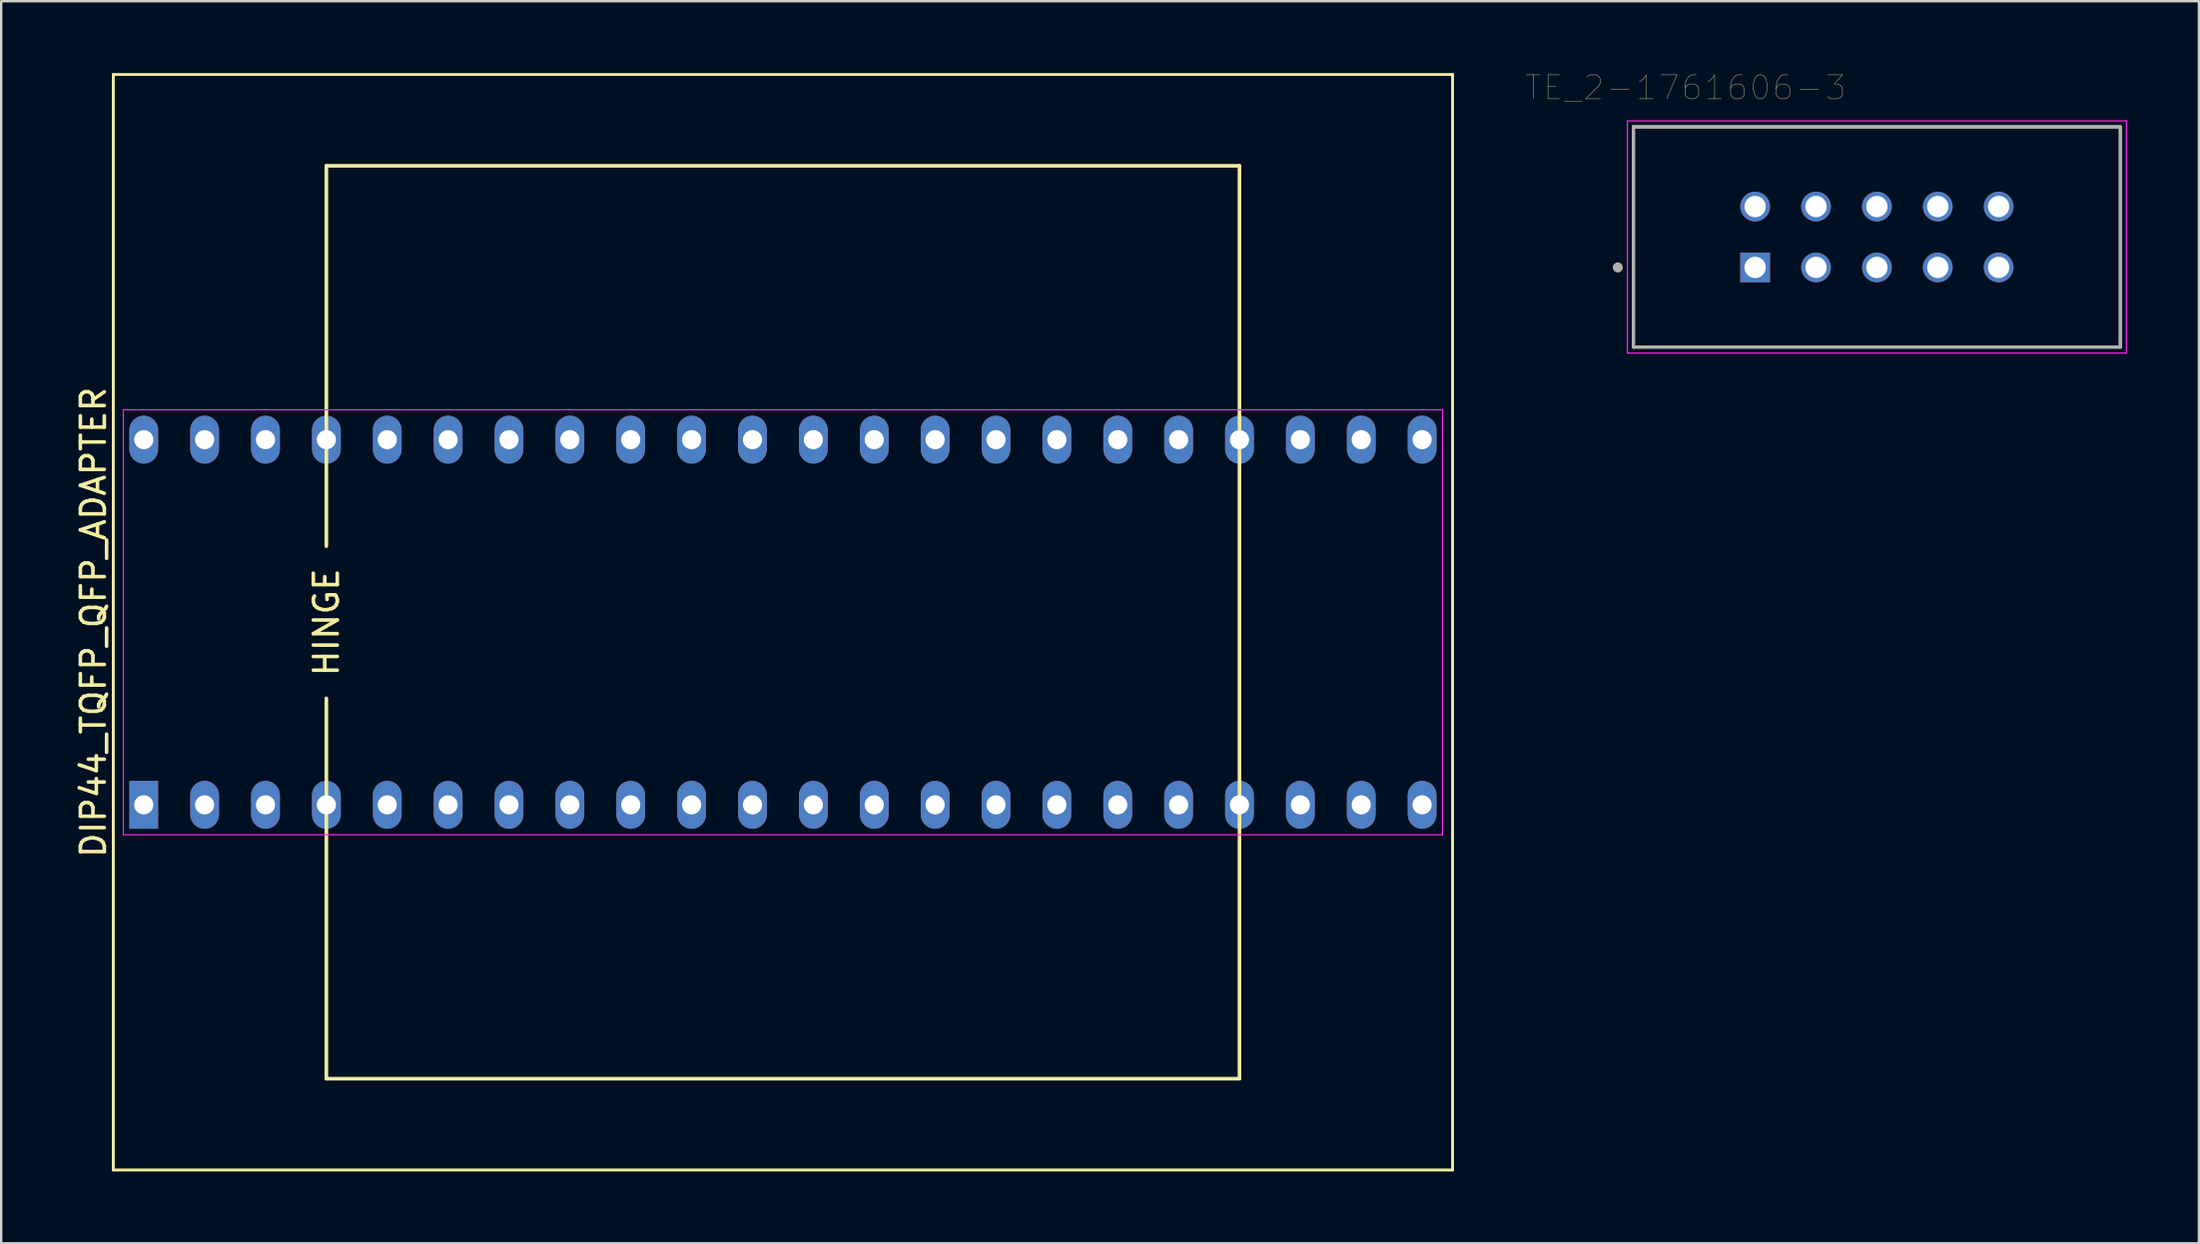
<source format=kicad_pcb>
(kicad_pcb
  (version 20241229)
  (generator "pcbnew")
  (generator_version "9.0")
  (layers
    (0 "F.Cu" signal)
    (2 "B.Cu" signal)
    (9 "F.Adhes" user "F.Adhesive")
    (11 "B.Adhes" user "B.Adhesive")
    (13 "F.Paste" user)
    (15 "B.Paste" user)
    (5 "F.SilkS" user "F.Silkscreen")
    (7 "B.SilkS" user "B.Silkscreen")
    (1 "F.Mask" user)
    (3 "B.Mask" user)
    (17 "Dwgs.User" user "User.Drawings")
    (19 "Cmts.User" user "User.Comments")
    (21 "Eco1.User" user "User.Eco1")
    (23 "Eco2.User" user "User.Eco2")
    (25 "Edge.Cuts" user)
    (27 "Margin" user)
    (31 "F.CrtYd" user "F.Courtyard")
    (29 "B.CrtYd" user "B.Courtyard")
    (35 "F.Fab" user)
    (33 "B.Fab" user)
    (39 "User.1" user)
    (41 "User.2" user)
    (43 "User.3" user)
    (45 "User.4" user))
  (footprint "DIP44_TQFP_QFP_ADAPTER"
    (layer "F.Cu")
    (at 29.618 22.92)
    (property "Reference" "DIP44_TQFP_QFP_ADAPTER" (at -28.77 0 90) (layer "F.SilkS") (effects (font (size 1 1) (thickness 0.15))))
    (attr through_hole)
    (fp_line (start -27.94 -22.86) (end -27.94 22.86) (stroke (width 0.12) (type solid)) (layer "F.SilkS"))
    (fp_line (start -27.94 22.86) (end 27.94 22.86) (stroke (width 0.12) (type solid)) (layer "F.SilkS"))
    (fp_line (start -19.05 -19.05) (end 19.05 -19.05) (stroke (width 0.15) (type solid)) (layer "F.SilkS"))
    (fp_line (start -19.05 -3.175) (end -19.05 -19.05) (stroke (width 0.15) (type solid)) (layer "F.SilkS"))
    (fp_line (start -19.05 19.05) (end -19.05 3.175) (stroke (width 0.15) (type solid)) (layer "F.SilkS"))
    (fp_line (start 19.05 -19.05) (end 19.05 19.05) (stroke (width 0.15) (type solid)) (layer "F.SilkS"))
    (fp_line (start 19.05 19.05) (end -19.05 19.05) (stroke (width 0.15) (type solid)) (layer "F.SilkS"))
    (fp_line (start 27.94 -22.86) (end -27.94 -22.86) (stroke (width 0.12) (type solid)) (layer "F.SilkS"))
    (fp_line (start 27.94 22.86) (end 27.94 -22.86) (stroke (width 0.12) (type solid)) (layer "F.SilkS"))
    (fp_line (start -27.52 -8.87) (end 27.52 -8.87) (stroke (width 0.05) (type solid)) (layer "F.CrtYd"))
    (fp_line (start -27.52 8.87) (end -27.52 -8.87) (stroke (width 0.05) (type solid)) (layer "F.CrtYd"))
    (fp_line (start 27.52 -8.87) (end 27.52 8.87) (stroke (width 0.05) (type solid)) (layer "F.CrtYd"))
    (fp_line (start 27.52 8.87) (end -27.52 8.87) (stroke (width 0.05) (type solid)) (layer "F.CrtYd"))
    (fp_text user "HINGE" (at -19.05 0 90) (layer "F.SilkS") (effects (font (size 1 1) (thickness 0.15))))
    (pad "1" thru_hole rect (at -26.67 7.62) (size 1.2 2) (drill 0.8) (layers "*.Cu" "*.Mask"))
    (pad "2" thru_hole oval (at -24.13 7.62) (size 1.2 2) (drill 0.8) (layers "*.Cu" "*.Mask"))
    (pad "3" thru_hole oval (at -21.59 7.62) (size 1.2 2) (drill 0.8) (layers "*.Cu" "*.Mask"))
    (pad "4" thru_hole oval (at -19.05 7.62) (size 1.2 2) (drill 0.8) (layers "*.Cu" "*.Mask"))
    (pad "5" thru_hole oval (at -16.51 7.62) (size 1.2 2) (drill 0.8) (layers "*.Cu" "*.Mask"))
    (pad "6" thru_hole oval (at -13.97 7.62) (size 1.2 2) (drill 0.8) (layers "*.Cu" "*.Mask"))
    (pad "7" thru_hole oval (at -11.43 7.62) (size 1.2 2) (drill 0.8) (layers "*.Cu" "*.Mask"))
    (pad "8" thru_hole oval (at -8.89 7.62) (size 1.2 2) (drill 0.8) (layers "*.Cu" "*.Mask"))
    (pad "9" thru_hole oval (at -6.35 7.62) (size 1.2 2) (drill 0.8) (layers "*.Cu" "*.Mask"))
    (pad "10" thru_hole oval (at -3.81 7.62) (size 1.2 2) (drill 0.8) (layers "*.Cu" "*.Mask"))
    (pad "11" thru_hole oval (at -1.27 7.62) (size 1.2 2) (drill 0.8) (layers "*.Cu" "*.Mask"))
    (pad "12" thru_hole oval (at 1.27 7.62) (size 1.2 2) (drill 0.8) (layers "*.Cu" "*.Mask"))
    (pad "13" thru_hole oval (at 3.81 7.62) (size 1.2 2) (drill 0.8) (layers "*.Cu" "*.Mask"))
    (pad "14" thru_hole oval (at 6.35 7.62) (size 1.2 2) (drill 0.8) (layers "*.Cu" "*.Mask"))
    (pad "15" thru_hole oval (at 8.89 7.62) (size 1.2 2) (drill 0.8) (layers "*.Cu" "*.Mask"))
    (pad "16" thru_hole oval (at 11.43 7.62) (size 1.2 2) (drill 0.8) (layers "*.Cu" "*.Mask"))
    (pad "17" thru_hole oval (at 13.97 7.62) (size 1.2 2) (drill 0.8) (layers "*.Cu" "*.Mask"))
    (pad "18" thru_hole oval (at 16.51 7.62) (size 1.2 2) (drill 0.8) (layers "*.Cu" "*.Mask"))
    (pad "19" thru_hole oval (at 19.05 7.62) (size 1.2 2) (drill 0.8) (layers "*.Cu" "*.Mask"))
    (pad "20" thru_hole oval (at 21.59 7.62) (size 1.2 2) (drill 0.8) (layers "*.Cu" "*.Mask"))
    (pad "21" thru_hole oval (at 24.13 7.62) (size 1.2 2) (drill 0.8) (layers "*.Cu" "*.Mask"))
    (pad "22" thru_hole oval (at 26.67 7.62) (size 1.2 2) (drill 0.8) (layers "*.Cu" "*.Mask"))
    (pad "23" thru_hole oval (at 26.67 -7.62) (size 1.2 2) (drill 0.8) (layers "*.Cu" "*.Mask"))
    (pad "24" thru_hole oval (at 24.13 -7.62) (size 1.2 2) (drill 0.8) (layers "*.Cu" "*.Mask"))
    (pad "25" thru_hole oval (at 21.59 -7.62) (size 1.2 2) (drill 0.8) (layers "*.Cu" "*.Mask"))
    (pad "26" thru_hole oval (at 19.05 -7.62) (size 1.2 2) (drill 0.8) (layers "*.Cu" "*.Mask"))
    (pad "27" thru_hole oval (at 16.51 -7.62) (size 1.2 2) (drill 0.8) (layers "*.Cu" "*.Mask"))
    (pad "28" thru_hole oval (at 13.97 -7.62) (size 1.2 2) (drill 0.8) (layers "*.Cu" "*.Mask"))
    (pad "29" thru_hole oval (at 11.43 -7.62) (size 1.2 2) (drill 0.8) (layers "*.Cu" "*.Mask"))
    (pad "30" thru_hole oval (at 8.89 -7.62) (size 1.2 2) (drill 0.8) (layers "*.Cu" "*.Mask"))
    (pad "31" thru_hole oval (at 6.35 -7.62) (size 1.2 2) (drill 0.8) (layers "*.Cu" "*.Mask"))
    (pad "32" thru_hole oval (at 3.81 -7.62) (size 1.2 2) (drill 0.8) (layers "*.Cu" "*.Mask"))
    (pad "33" thru_hole oval (at 1.27 -7.62) (size 1.2 2) (drill 0.8) (layers "*.Cu" "*.Mask"))
    (pad "34" thru_hole oval (at -1.27 -7.62) (size 1.2 2) (drill 0.8) (layers "*.Cu" "*.Mask"))
    (pad "35" thru_hole oval (at -3.81 -7.62) (size 1.2 2) (drill 0.8) (layers "*.Cu" "*.Mask"))
    (pad "36" thru_hole oval (at -6.35 -7.62) (size 1.2 2) (drill 0.8) (layers "*.Cu" "*.Mask"))
    (pad "37" thru_hole oval (at -8.89 -7.62) (size 1.2 2) (drill 0.8) (layers "*.Cu" "*.Mask"))
    (pad "38" thru_hole oval (at -11.43 -7.62) (size 1.2 2) (drill 0.8) (layers "*.Cu" "*.Mask"))
    (pad "39" thru_hole oval (at -13.97 -7.62) (size 1.2 2) (drill 0.8) (layers "*.Cu" "*.Mask"))
    (pad "40" thru_hole oval (at -16.51 -7.62) (size 1.2 2) (drill 0.8) (layers "*.Cu" "*.Mask"))
    (pad "41" thru_hole oval (at -19.05 -7.62) (size 1.2 2) (drill 0.8) (layers "*.Cu" "*.Mask"))
    (pad "42" thru_hole oval (at -21.59 -7.62) (size 1.2 2) (drill 0.8) (layers "*.Cu" "*.Mask"))
    (pad "43" thru_hole oval (at -24.13 -7.62) (size 1.2 2) (drill 0.8) (layers "*.Cu" "*.Mask"))
    (pad "44" thru_hole oval (at -26.67 -7.62) (size 1.2 2) (drill 0.8) (layers "*.Cu" "*.Mask")))
  (footprint "TE_2-1761606-3"
    (layer "F.Cu")
    (at 70.184 8.111)
    (property "Reference" "TE_2-1761606-3" (at -2.905 -7.5 0) (layer "F.SilkS") (effects (font (size 1 1) (thickness 0.015))))
    (attr through_hole)
    (fp_line (start -5.08 3.325) (end -5.08 -5.865) (stroke (width 0.127) (type solid)) (layer "F.SilkS"))
    (fp_line (start 15.24 -5.865) (end -5.08 -5.865) (stroke (width 0.127) (type solid)) (layer "F.SilkS"))
    (fp_line (start 15.24 -5.865) (end 15.24 3.325) (stroke (width 0.127) (type solid)) (layer "F.SilkS"))
    (fp_line (start 15.24 3.325) (end -5.08 3.325) (stroke (width 0.127) (type solid)) (layer "F.SilkS"))
    (fp_circle (center -5.73 0) (end -5.63 0) (stroke (width 0.2) (type solid)) (fill no) (layer "F.SilkS"))
    (fp_line (start -5.33 -6.115) (end 15.49 -6.115) (stroke (width 0.05) (type solid)) (layer "F.CrtYd"))
    (fp_line (start -5.33 3.575) (end -5.33 -6.115) (stroke (width 0.05) (type solid)) (layer "F.CrtYd"))
    (fp_line (start 15.49 -6.115) (end 15.49 3.575) (stroke (width 0.05) (type solid)) (layer "F.CrtYd"))
    (fp_line (start 15.49 3.575) (end -5.33 3.575) (stroke (width 0.05) (type solid)) (layer "F.CrtYd"))
    (fp_line (start -5.08 -5.865) (end 15.24 -5.865) (stroke (width 0.127) (type solid)) (layer "F.Fab"))
    (fp_line (start -5.08 -5.865) (end 15.24 -5.865) (stroke (width 0.127) (type solid)) (layer "F.Fab"))
    (fp_line (start -5.08 3.325) (end -5.08 -5.865) (stroke (width 0.127) (type solid)) (layer "F.Fab"))
    (fp_line (start -5.08 3.325) (end -5.08 -5.865) (stroke (width 0.127) (type solid)) (layer "F.Fab"))
    (fp_line (start 15.24 -5.865) (end 15.24 3.325) (stroke (width 0.127) (type solid)) (layer "F.Fab"))
    (fp_line (start 15.24 -5.865) (end 15.24 3.325) (stroke (width 0.127) (type solid)) (layer "F.Fab"))
    (fp_line (start 15.24 3.325) (end -5.08 3.325) (stroke (width 0.127) (type solid)) (layer "F.Fab"))
    (fp_circle (center -5.73 0) (end -5.63 0) (stroke (width 0.2) (type solid)) (fill no) (layer "F.Fab"))
    (pad "1" thru_hole rect (at 0 0) (size 1.24 1.24) (drill 0.89) (layers "*.Cu" "*.Mask"))
    (pad "2" thru_hole circle (at 0 -2.54) (size 1.24 1.24) (drill 0.89) (layers "*.Cu" "*.Mask"))
    (pad "3" thru_hole circle (at 2.54 0) (size 1.24 1.24) (drill 0.89) (layers "*.Cu" "*.Mask"))
    (pad "4" thru_hole circle (at 2.54 -2.54) (size 1.24 1.24) (drill 0.89) (layers "*.Cu" "*.Mask"))
    (pad "5" thru_hole circle (at 5.08 0) (size 1.24 1.24) (drill 0.89) (layers "*.Cu" "*.Mask"))
    (pad "6" thru_hole circle (at 5.08 -2.54) (size 1.24 1.24) (drill 0.89) (layers "*.Cu" "*.Mask"))
    (pad "7" thru_hole circle (at 7.62 0) (size 1.24 1.24) (drill 0.89) (layers "*.Cu" "*.Mask"))
    (pad "8" thru_hole circle (at 7.62 -2.54) (size 1.24 1.24) (drill 0.89) (layers "*.Cu" "*.Mask"))
    (pad "9" thru_hole circle (at 10.16 0) (size 1.24 1.24) (drill 0.89) (layers "*.Cu" "*.Mask"))
    (pad "10" thru_hole circle (at 10.16 -2.54) (size 1.24 1.24) (drill 0.89) (layers "*.Cu" "*.Mask")))
  (gr_rect
    (start -3 -3)
    (end 88.699 48.84)
    (stroke (width 0.1) (type default))
    (fill no)
    (layer "Edge.Cuts")))
</source>
